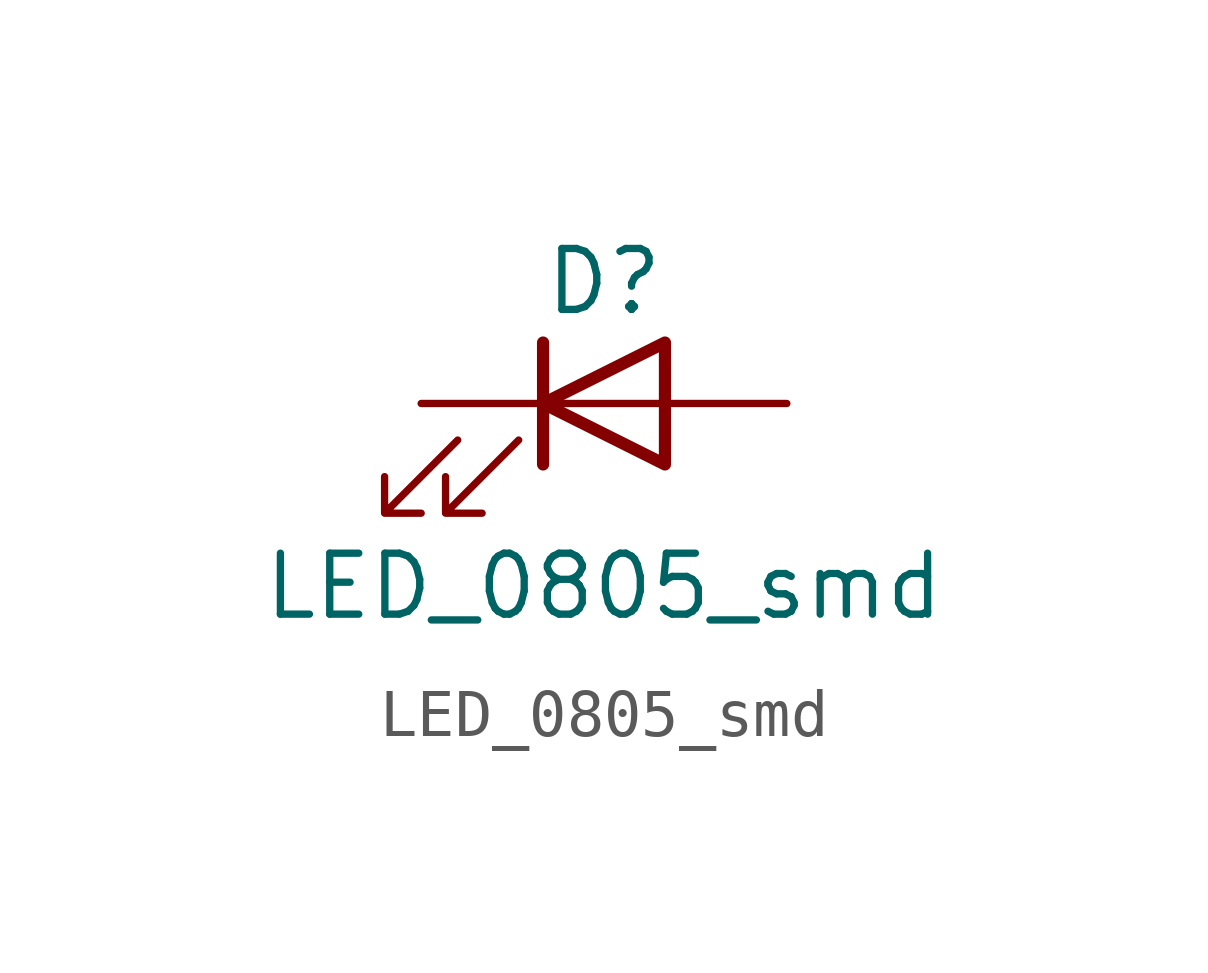
<source format=kicad_sym>
(kicad_symbol_lib
  (version 20211014)
  (generator kicad_symbol_editor)
  (symbol "LED_0805_smd"
    (pin_numbers hide)
    (pin_names
      (offset 1.016) hide)
    (property "Reference" "D"
      (at 0 2.54 0)
      (effects (font (size 1.27 1.27))))
    (property "Value" "LED_0805_smd"
      (at 0 -3.81 0)
      (effects (font (size 1.27 1.27))))
    (symbol "LED_0805_smd_0_1"
      (polyline (pts (xy -1.27 -1.27) (xy -1.27 1.27)) (stroke (width 0.254) (type default) (color 0 0 0 0)) (fill (type none)))
      (polyline (pts (xy -1.27 0) (xy 1.27 0)) (stroke (width 0) (type default) (color 0 0 0 0)) (fill (type none)))
      (polyline (pts (xy 1.27 -1.27) (xy 1.27 1.27) (xy -1.27 0) (xy 1.27 -1.27)) (stroke (width 0.254) (type default) (color 0 0 0 0)) (fill (type none)))
      (polyline (pts (xy -3.048 -0.762) (xy -4.572 -2.286) (xy -3.81 -2.286) (xy -4.572 -2.286) (xy -4.572 -1.524)) (stroke (width 0) (type default) (color 0 0 0 0)) (fill (type none)))
      (polyline (pts (xy -1.778 -0.762) (xy -3.302 -2.286) (xy -2.54 -2.286) (xy -3.302 -2.286) (xy -3.302 -1.524)) (stroke (width 0) (type default) (color 0 0 0 0)) (fill (type none))))
    (symbol "LED_0805_smd_1_1"
      (pin passive line (at -3.81 0 0) (length 2.54) (name "K" (effects (font (size 1.27 1.27)))) (number "1" (effects (font (size 1.27 1.27)))))
      (pin passive line (at 3.81 0 180) (length 2.54) (name "A" (effects (font (size 1.27 1.27)))) (number "2" (effects (font (size 1.27 1.27))))))))
</source>
